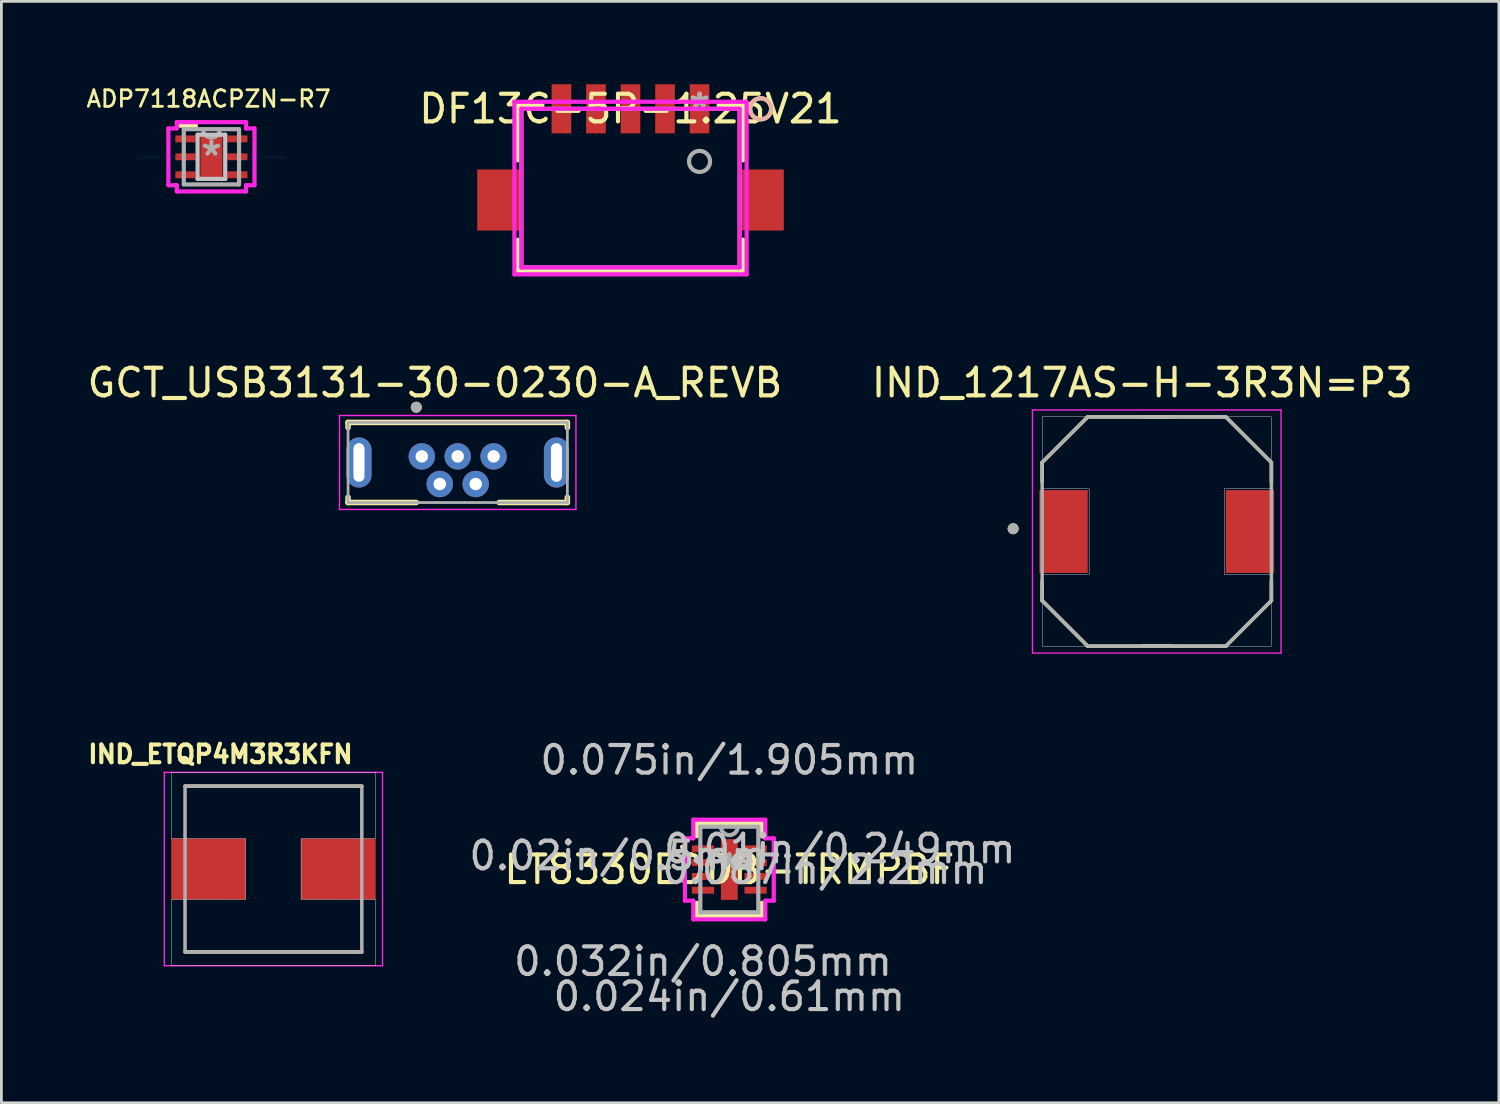
<source format=kicad_pcb>
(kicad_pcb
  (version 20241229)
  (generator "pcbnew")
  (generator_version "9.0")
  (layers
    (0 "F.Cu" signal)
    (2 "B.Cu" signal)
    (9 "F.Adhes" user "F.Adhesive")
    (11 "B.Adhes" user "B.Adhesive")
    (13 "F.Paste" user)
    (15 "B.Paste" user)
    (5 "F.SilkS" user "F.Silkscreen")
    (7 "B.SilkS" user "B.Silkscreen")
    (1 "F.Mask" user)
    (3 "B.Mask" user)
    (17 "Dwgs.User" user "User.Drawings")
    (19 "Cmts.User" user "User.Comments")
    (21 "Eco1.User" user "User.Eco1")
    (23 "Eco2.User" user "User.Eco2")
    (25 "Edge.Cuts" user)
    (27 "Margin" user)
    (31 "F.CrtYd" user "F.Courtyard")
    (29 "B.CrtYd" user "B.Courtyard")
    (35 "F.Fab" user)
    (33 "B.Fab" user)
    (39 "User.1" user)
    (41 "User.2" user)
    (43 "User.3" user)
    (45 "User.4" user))
  (footprint "ADP7118ACPZN-R7"
    (layer "F.Cu")
    (at 4.604 2.627)
    (property "Reference" "ADP7118ACPZN-R7" (at -0.1 -2.1 0) (layer "F.SilkS") (effects (font (size 0.6 0.6) (thickness 0.1))))
    (attr through_hole)
    (fp_line (start -0.562 -1.127) (end -1.127 -1.127) (stroke (width 0.152) (type solid)) (layer "F.SilkS"))
    (fp_line (start -0.5 -0.8) (end -0.5 0.8) (stroke (width 0.152) (type solid)) (layer "Dwgs.User"))
    (fp_line (start -0.5 0.8) (end 0.5 0.8) (stroke (width 0.152) (type solid)) (layer "Dwgs.User"))
    (fp_line (start 0.5 -0.8) (end -0.5 -0.8) (stroke (width 0.152) (type solid)) (layer "Dwgs.User"))
    (fp_line (start 0.5 0.8) (end 0.5 -0.8) (stroke (width 0.152) (type solid)) (layer "Dwgs.User"))
    (fp_line (start -1.559 -1.028) (end -1.254 -1.028) (stroke (width 0.152) (type solid)) (layer "F.CrtYd"))
    (fp_line (start -1.559 1.028) (end -1.559 -1.028) (stroke (width 0.152) (type solid)) (layer "F.CrtYd"))
    (fp_line (start -1.254 -1.254) (end 1.254 -1.254) (stroke (width 0.152) (type solid)) (layer "F.CrtYd"))
    (fp_line (start -1.254 -1.028) (end -1.254 -1.254) (stroke (width 0.152) (type solid)) (layer "F.CrtYd"))
    (fp_line (start -1.254 1.028) (end -1.559 1.028) (stroke (width 0.152) (type solid)) (layer "F.CrtYd"))
    (fp_line (start -1.254 1.254) (end -1.254 1.028) (stroke (width 0.152) (type solid)) (layer "F.CrtYd"))
    (fp_line (start 1.254 -1.254) (end 1.254 -1.028) (stroke (width 0.152) (type solid)) (layer "F.CrtYd"))
    (fp_line (start 1.254 -1.028) (end 1.559 -1.028) (stroke (width 0.152) (type solid)) (layer "F.CrtYd"))
    (fp_line (start 1.254 1.028) (end 1.254 1.254) (stroke (width 0.152) (type solid)) (layer "F.CrtYd"))
    (fp_line (start 1.254 1.254) (end -1.254 1.254) (stroke (width 0.152) (type solid)) (layer "F.CrtYd"))
    (fp_line (start 1.559 -1.028) (end 1.559 1.028) (stroke (width 0.152) (type solid)) (layer "F.CrtYd"))
    (fp_line (start 1.559 1.028) (end 1.254 1.028) (stroke (width 0.152) (type solid)) (layer "F.CrtYd"))
    (fp_line (start -1 -1) (end -1 1) (stroke (width 0.152) (type solid)) (layer "F.Fab"))
    (fp_line (start -1 1) (end 1 1) (stroke (width 0.152) (type solid)) (layer "F.Fab"))
    (fp_line (start 1 -1) (end -1 -1) (stroke (width 0.152) (type solid)) (layer "F.Fab"))
    (fp_line (start 1 1) (end 1 -1) (stroke (width 0.152) (type solid)) (layer "F.Fab"))
    (fp_arc (start 0.3048 -1) (mid 0 -0.6952) (end -0.3048 -1) (stroke (width 0.1524) (type solid)) (layer "F.Fab"))
    (fp_text user "Copyright 2016 Accelerated Designs. All rights reserved." (at 0 0 0) (layer "Cmts.User") (effects (font (size 0.127 0.127) (thickness 0.002))))
    (fp_text user "*" (at 0 0 0) (layer "F.Fab") (effects (font (size 1 1) (thickness 0.15))))
    (pad "1" smd rect (at -0.94 -0.65) (size 0.73 0.248) (layers "F.Cu" "F.Mask" "F.Paste"))
    (pad "2" smd rect (at -0.94 0) (size 0.73 0.248) (layers "F.Cu" "F.Mask" "F.Paste"))
    (pad "3" smd rect (at -0.94 0.65) (size 0.73 0.248) (layers "F.Cu" "F.Mask" "F.Paste"))
    (pad "4" smd rect (at 0.94 0.65) (size 0.73 0.248) (layers "F.Cu" "F.Mask" "F.Paste"))
    (pad "5" smd rect (at 0.94 0) (size 0.73 0.248) (layers "F.Cu" "F.Mask" "F.Paste"))
    (pad "6" smd rect (at 0.94 -0.65) (size 0.73 0.248) (layers "F.Cu" "F.Mask" "F.Paste"))
    (pad "7" smd rect (at 0 0) (size 0.8 1.6) (layers "F.Cu" "F.Mask" "F.Paste")))
  (footprint "IND_ETQP4M3R3KFN"
    (layer "F.Cu")
    (at 6.849 28.412)
    (property "Reference" "IND_ETQP4M3R3KFN" (at -1.918 -4.156 0) (layer "F.SilkS") (effects (font (size 0.64 0.64) (thickness 0.15))))
    (attr through_hole)
    (fp_line (start -3.2 -3) (end 3.2 -3) (stroke (width 0.127) (type solid)) (layer "F.SilkS"))
    (fp_line (start -3.2 3) (end 3.2 3) (stroke (width 0.127) (type solid)) (layer "F.SilkS"))
    (fp_poly (pts (xy -3.7 -3.5) (xy -3.7 -1.1) (xy -1 -1.1) (xy -1 1.1) (xy -3.7 1.1) (xy -3.7 3.5) (xy 3.7 3.5) (xy 3.7 1.1) (xy 1 1.1) (xy 1 -1.1) (xy 3.7 -1.1) (xy 3.7 -3.5)) (stroke (width 0.01) (type solid)) (fill no) (layer "Dwgs.User"))
    (fp_poly (pts (xy -3.7 -3.5) (xy -3.7 -1.1) (xy -1 -1.1) (xy -1 1.1) (xy -3.7 1.1) (xy -3.7 3.5) (xy 3.7 3.5) (xy 3.7 1.1) (xy 1 1.1) (xy 1 -1.1) (xy 3.7 -1.1) (xy 3.7 -3.5)) (stroke (width 0.01) (type solid)) (fill no) (layer "Dwgs.User"))
    (fp_line (start -3.95 -3.5) (end -3.95 3.5) (stroke (width 0.05) (type solid)) (layer "F.CrtYd"))
    (fp_line (start -3.95 3.5) (end 3.95 3.5) (stroke (width 0.05) (type solid)) (layer "F.CrtYd"))
    (fp_line (start 3.95 -3.5) (end -3.95 -3.5) (stroke (width 0.05) (type solid)) (layer "F.CrtYd"))
    (fp_line (start 3.95 3.5) (end 3.95 -3.5) (stroke (width 0.05) (type solid)) (layer "F.CrtYd"))
    (fp_line (start -3.2 -3) (end -3.2 3) (stroke (width 0.127) (type solid)) (layer "F.Fab"))
    (fp_line (start -3.2 -3) (end 3.2 -3) (stroke (width 0.127) (type solid)) (layer "F.Fab"))
    (fp_line (start -3.2 3) (end 3.2 3) (stroke (width 0.127) (type solid)) (layer "F.Fab"))
    (fp_line (start 3.2 -3) (end 3.2 3) (stroke (width 0.127) (type solid)) (layer "F.Fab"))
    (pad "1" smd rect (at -2.35 0) (size 2.7 2.2) (layers "F.Cu" "F.Mask" "F.Paste"))
    (pad "2" smd rect (at 2.35 0) (size 2.7 2.2) (layers "F.Cu" "F.Mask" "F.Paste")))
  (footprint "IND_1217AS-H-3R3N=P3"
    (layer "F.Cu")
    (at 38.829 16.193)
    (property "Reference" "IND_1217AS-H-3R3N=P3" (at -0.525 -5.385 0) (layer "F.SilkS") (effects (font (size 1 1) (thickness 0.15))))
    (attr through_hole)
    (fp_line (start -4.15 -2.5) (end -2.5 -4.15) (stroke (width 0.127) (type solid)) (layer "F.SilkS"))
    (fp_line (start -4.15 -1.8) (end -4.15 -2.5) (stroke (width 0.127) (type solid)) (layer "F.SilkS"))
    (fp_line (start -4.15 2.5) (end -4.15 1.8) (stroke (width 0.127) (type solid)) (layer "F.SilkS"))
    (fp_line (start -2.5 -4.15) (end 2.5 -4.15) (stroke (width 0.127) (type solid)) (layer "F.SilkS"))
    (fp_line (start -2.5 4.15) (end -4.15 2.5) (stroke (width 0.127) (type solid)) (layer "F.SilkS"))
    (fp_line (start -0.5 -4.15) (end 0.5 -4.15) (stroke (width 0.127) (type solid)) (layer "F.SilkS"))
    (fp_line (start 0.5 4.15) (end -0.5 4.15) (stroke (width 0.127) (type solid)) (layer "F.SilkS"))
    (fp_line (start 0.5 4.15) (end -0.5 4.15) (stroke (width 0.127) (type solid)) (layer "F.SilkS"))
    (fp_line (start 2.5 -4.15) (end 4.15 -2.5) (stroke (width 0.127) (type solid)) (layer "F.SilkS"))
    (fp_line (start 2.5 4.15) (end -2.5 4.15) (stroke (width 0.127) (type solid)) (layer "F.SilkS"))
    (fp_line (start 4.15 -2.5) (end 4.15 -1.8) (stroke (width 0.127) (type solid)) (layer "F.SilkS"))
    (fp_line (start 4.15 1.8) (end 4.15 2.5) (stroke (width 0.127) (type solid)) (layer "F.SilkS"))
    (fp_line (start 4.15 2.5) (end 2.5 4.15) (stroke (width 0.127) (type solid)) (layer "F.SilkS"))
    (fp_circle (center -5.2 -0.1) (end -5.1 -0.1) (stroke (width 0.2) (type solid)) (fill no) (layer "F.SilkS"))
    (fp_poly (pts (xy -4.15 -1.55) (xy -4.15 -4.15) (xy 4.15 -4.15) (xy 4.15 -1.55) (xy 2.45 -1.55) (xy 2.45 1.55) (xy 4.15 1.55) (xy 4.15 4.15) (xy -4.15 4.15) (xy -4.15 1.55) (xy -2.45 1.55) (xy -2.45 -1.55)) (stroke (width 0.01) (type solid)) (fill no) (layer "Dwgs.User"))
    (fp_poly (pts (xy -4.15 -1.55) (xy -4.15 -4.15) (xy 4.15 -4.15) (xy 4.15 -1.55) (xy 2.45 -1.55) (xy 2.45 1.55) (xy 4.15 1.55) (xy 4.15 4.15) (xy -4.15 4.15) (xy -4.15 1.55) (xy -2.45 1.55) (xy -2.45 -1.55)) (stroke (width 0.01) (type solid)) (fill no) (layer "Dwgs.User"))
    (fp_line (start -4.5 -4.4) (end 4.5 -4.4) (stroke (width 0.05) (type solid)) (layer "F.CrtYd"))
    (fp_line (start -4.5 4.4) (end -4.5 -4.4) (stroke (width 0.05) (type solid)) (layer "F.CrtYd"))
    (fp_line (start 4.5 -4.4) (end 4.5 4.4) (stroke (width 0.05) (type solid)) (layer "F.CrtYd"))
    (fp_line (start 4.5 4.4) (end -4.5 4.4) (stroke (width 0.05) (type solid)) (layer "F.CrtYd"))
    (fp_line (start -4.15 -2.5) (end -2.5 -4.15) (stroke (width 0.127) (type solid)) (layer "F.Fab"))
    (fp_line (start -4.15 2.5) (end -4.15 -2.5) (stroke (width 0.127) (type solid)) (layer "F.Fab"))
    (fp_line (start -2.5 -4.15) (end 2.5 -4.15) (stroke (width 0.127) (type solid)) (layer "F.Fab"))
    (fp_line (start -2.5 4.15) (end -4.15 2.5) (stroke (width 0.127) (type solid)) (layer "F.Fab"))
    (fp_line (start 2.5 -4.15) (end 4.15 -2.5) (stroke (width 0.127) (type solid)) (layer "F.Fab"))
    (fp_line (start 2.5 4.15) (end -2.5 4.15) (stroke (width 0.127) (type solid)) (layer "F.Fab"))
    (fp_line (start 4.15 -2.5) (end 4.15 2.5) (stroke (width 0.127) (type solid)) (layer "F.Fab"))
    (fp_line (start 4.15 2.5) (end 2.5 4.15) (stroke (width 0.127) (type solid)) (layer "F.Fab"))
    (fp_circle (center -5.2 -0.1) (end -5.1 -0.1) (stroke (width 0.2) (type solid)) (fill no) (layer "F.Fab"))
    (pad "1" smd rect (at -3.375 0) (size 1.75 3) (layers "F.Cu" "F.Mask" "F.Paste"))
    (pad "2" smd rect (at 3.375 0) (size 1.75 3) (layers "F.Cu" "F.Mask" "F.Paste")))
  (footprint "GCT_USB3131-30-0230-A_REVB"
    (layer "F.Cu")
    (at 13.521 13.693)
    (property "Reference" "GCT_USB3131-30-0230-A_REVB" (at -0.825 -2.885 0) (layer "F.SilkS") (effects (font (size 1 1) (thickness 0.15))))
    (attr through_hole)
    (fp_line (start -3.97 -1.45) (end 3.97 -1.45) (stroke (width 0.2) (type solid)) (layer "F.SilkS"))
    (fp_line (start -3.97 -1.26) (end -3.97 -1.45) (stroke (width 0.2) (type solid)) (layer "F.SilkS"))
    (fp_line (start -3.97 1.45) (end -3.97 1.26) (stroke (width 0.2) (type solid)) (layer "F.SilkS"))
    (fp_line (start -3.97 1.45) (end -1.5 1.45) (stroke (width 0.2) (type solid)) (layer "F.SilkS"))
    (fp_line (start 1.5 1.45) (end 3.97 1.45) (stroke (width 0.2) (type solid)) (layer "F.SilkS"))
    (fp_line (start 3.97 -1.26) (end 3.97 -1.45) (stroke (width 0.2) (type solid)) (layer "F.SilkS"))
    (fp_line (start 3.97 1.45) (end 3.97 1.26) (stroke (width 0.2) (type solid)) (layer "F.SilkS"))
    (fp_circle (center -1.5 -2) (end -1.4 -2) (stroke (width 0.2) (type solid)) (fill no) (layer "F.SilkS"))
    (fp_line (start -4.28 -1.7) (end 4.28 -1.7) (stroke (width 0.05) (type solid)) (layer "F.CrtYd"))
    (fp_line (start -4.28 1.7) (end -4.28 -1.7) (stroke (width 0.05) (type solid)) (layer "F.CrtYd"))
    (fp_line (start -4.28 1.7) (end 4.28 1.7) (stroke (width 0.05) (type solid)) (layer "F.CrtYd"))
    (fp_line (start 4.28 1.7) (end 4.28 -1.7) (stroke (width 0.05) (type solid)) (layer "F.CrtYd"))
    (fp_line (start -3.97 -1.45) (end 3.97 -1.45) (stroke (width 0.1) (type solid)) (layer "F.Fab"))
    (fp_line (start -3.97 1.45) (end -3.97 -1.45) (stroke (width 0.1) (type solid)) (layer "F.Fab"))
    (fp_line (start -3.97 1.45) (end 3.97 1.45) (stroke (width 0.1) (type solid)) (layer "F.Fab"))
    (fp_line (start 3.97 1.45) (end 3.97 -1.45) (stroke (width 0.1) (type solid)) (layer "F.Fab"))
    (fp_circle (center -1.5 -2) (end -1.4 -2) (stroke (width 0.2) (type solid)) (fill no) (layer "F.Fab"))
    (pad "1" thru_hole circle (at -1.3 -0.22) (size 0.958 0.958) (drill 0.45) (layers "*.Cu" "*.Mask"))
    (pad "2" thru_hole circle (at -0.65 0.78) (size 0.958 0.958) (drill 0.45) (layers "*.Cu" "*.Mask"))
    (pad "3" thru_hole circle (at 0 -0.22) (size 0.958 0.958) (drill 0.45) (layers "*.Cu" "*.Mask"))
    (pad "4" thru_hole circle (at 0.65 0.78) (size 0.958 0.958) (drill 0.45) (layers "*.Cu" "*.Mask"))
    (pad "5" thru_hole circle (at 1.3 -0.22) (size 0.958 0.958) (drill 0.45) (layers "*.Cu" "*.Mask"))
    (pad "SH" thru_hole oval (at -3.575 0) (size 0.908 1.816) (drill oval 0.4 1.4) (layers "*.Cu" "*.Mask"))
    (pad "SH" thru_hole oval (at 3.575 0) (size 0.908 1.816) (drill oval 0.4 1.4) (layers "*.Cu" "*.Mask")))
  (footprint "DF13C-5P-1.25V21"
    (layer "F.Cu")
    (at 22.276 0.889)
    (property "Reference" "DF13C-5P-1.25V21" (at -2.5 0 0) (layer "F.SilkS") (effects (font (size 1 1) (thickness 0.15))))
    (attr through_hole)
    (fp_line (start -6.577 -0.127) (end -6.577 1.864) (stroke (width 0.152) (type solid)) (layer "F.SilkS"))
    (fp_line (start -6.577 4.74) (end -6.577 5.867) (stroke (width 0.152) (type solid)) (layer "F.SilkS"))
    (fp_line (start -6.577 5.867) (end 1.577 5.867) (stroke (width 0.152) (type solid)) (layer "F.SilkS"))
    (fp_line (start -5.688 -0.127) (end -6.577 -0.127) (stroke (width 0.152) (type solid)) (layer "F.SilkS"))
    (fp_line (start 1.577 -0.127) (end 0.688 -0.127) (stroke (width 0.152) (type solid)) (layer "F.SilkS"))
    (fp_line (start 1.577 1.864) (end 1.577 -0.127) (stroke (width 0.152) (type solid)) (layer "F.SilkS"))
    (fp_line (start 1.577 5.867) (end 1.577 4.74) (stroke (width 0.152) (type solid)) (layer "F.SilkS"))
    (fp_circle (center 2.212 0) (end 2.593 0) (stroke (width 0.152) (type solid)) (fill no) (layer "F.SilkS"))
    (fp_circle (center 2.212 0) (end 2.593 0) (stroke (width 0.152) (type solid)) (fill no) (layer "B.SilkS"))
    (fp_line (start -6.704 -0.254) (end -6.704 5.994) (stroke (width 0.152) (type solid)) (layer "F.CrtYd"))
    (fp_line (start -6.704 5.994) (end 1.704 5.994) (stroke (width 0.152) (type solid)) (layer "F.CrtYd"))
    (fp_line (start -6.45 0) (end -6.45 5.74) (stroke (width 0.152) (type solid)) (layer "F.CrtYd"))
    (fp_line (start -6.45 5.74) (end 1.45 5.74) (stroke (width 0.152) (type solid)) (layer "F.CrtYd"))
    (fp_line (start 1.45 0) (end -6.45 0) (stroke (width 0.152) (type solid)) (layer "F.CrtYd"))
    (fp_line (start 1.45 5.74) (end 1.45 0) (stroke (width 0.152) (type solid)) (layer "F.CrtYd"))
    (fp_line (start 1.704 -0.254) (end -6.704 -0.254) (stroke (width 0.152) (type solid)) (layer "F.CrtYd"))
    (fp_line (start 1.704 5.994) (end 1.704 -0.254) (stroke (width 0.152) (type solid)) (layer "F.CrtYd"))
    (fp_line (start -6.45 0) (end -6.45 5.74) (stroke (width 0.152) (type solid)) (layer "F.Fab"))
    (fp_line (start -6.45 5.74) (end 1.45 5.74) (stroke (width 0.152) (type solid)) (layer "F.Fab"))
    (fp_line (start 1.45 0) (end -6.45 0) (stroke (width 0.152) (type solid)) (layer "F.Fab"))
    (fp_line (start 1.45 5.74) (end 1.45 0) (stroke (width 0.152) (type solid)) (layer "F.Fab"))
    (fp_circle (center 0 1.905) (end 0.381 1.905) (stroke (width 0.152) (type solid)) (fill no) (layer "F.Fab"))
    (fp_text user "*" (at 0 0 0) (layer "F.SilkS") (effects (font (size 1 1) (thickness 0.15))))
    (fp_text user "Copyright 2016 Accelerated Designs. All rights reserved." (at 0 0 0) (layer "Cmts.User") (effects (font (size 0.127 0.127) (thickness 0.002))))
    (fp_text user "*" (at 0 0 0) (layer "F.Fab") (effects (font (size 1 1) (thickness 0.15))))
    (pad "1" smd rect (at 0 0) (size 0.711 1.778) (layers "F.Cu" "F.Mask" "F.Paste"))
    (pad "2" smd rect (at -1.25 0) (size 0.711 1.778) (layers "F.Cu" "F.Mask" "F.Paste"))
    (pad "3" smd rect (at -2.5 0) (size 0.711 1.778) (layers "F.Cu" "F.Mask" "F.Paste"))
    (pad "4" smd rect (at -3.75 0) (size 0.711 1.778) (layers "F.Cu" "F.Mask" "F.Paste"))
    (pad "5" smd rect (at -5 0) (size 0.711 1.778) (layers "F.Cu" "F.Mask" "F.Paste"))
    (pad "6" smd rect (at -7.25 3.302) (size 1.6 2.21) (layers "F.Cu" "F.Mask" "F.Paste"))
    (pad "7" smd rect (at 2.25 3.302) (size 1.6 2.21) (layers "F.Cu" "F.Mask" "F.Paste")))
  (footprint "LT8330EDDB-TRMPBF"
    (layer "F.Cu")
    (at 23.354 28.429)
    (property "Reference" "LT8330EDDB-TRMPBF" (at 0 0 0) (layer "F.SilkS") (effects (font (size 1 1) (thickness 0.15))))
    (attr through_hole)
    (fp_line (start -1.177 -1.677) (end -1.177 -1.207) (stroke (width 0.152) (type solid)) (layer "F.SilkS"))
    (fp_line (start -1.177 1.207) (end -1.177 1.677) (stroke (width 0.152) (type solid)) (layer "F.SilkS"))
    (fp_line (start -1.177 1.677) (end 1.177 1.677) (stroke (width 0.152) (type solid)) (layer "F.SilkS"))
    (fp_line (start 1.177 -1.677) (end -1.177 -1.677) (stroke (width 0.152) (type solid)) (layer "F.SilkS"))
    (fp_line (start 1.177 -1.207) (end 1.177 -1.677) (stroke (width 0.152) (type solid)) (layer "F.SilkS"))
    (fp_line (start 1.177 1.677) (end 1.177 1.207) (stroke (width 0.152) (type solid)) (layer "F.SilkS"))
    (fp_arc (start -1.7064 -0.8262) (mid -1.632571 -0.731141) (end -1.742945 -0.683135) (stroke (width 0.1524) (type solid)) (layer "F.SilkS"))
    (fp_line (start -1.609 -1.129) (end -1.304 -1.129) (stroke (width 0.152) (type solid)) (layer "F.CrtYd"))
    (fp_line (start -1.609 1.129) (end -1.609 -1.129) (stroke (width 0.152) (type solid)) (layer "F.CrtYd"))
    (fp_line (start -1.304 -1.804) (end 1.304 -1.804) (stroke (width 0.152) (type solid)) (layer "F.CrtYd"))
    (fp_line (start -1.304 -1.129) (end -1.304 -1.804) (stroke (width 0.152) (type solid)) (layer "F.CrtYd"))
    (fp_line (start -1.304 1.129) (end -1.609 1.129) (stroke (width 0.152) (type solid)) (layer "F.CrtYd"))
    (fp_line (start -1.304 1.804) (end -1.304 1.129) (stroke (width 0.152) (type solid)) (layer "F.CrtYd"))
    (fp_line (start 1.304 -1.804) (end 1.304 -1.129) (stroke (width 0.152) (type solid)) (layer "F.CrtYd"))
    (fp_line (start 1.304 -1.129) (end 1.609 -1.129) (stroke (width 0.152) (type solid)) (layer "F.CrtYd"))
    (fp_line (start 1.304 1.129) (end 1.304 1.804) (stroke (width 0.152) (type solid)) (layer "F.CrtYd"))
    (fp_line (start 1.304 1.804) (end -1.304 1.804) (stroke (width 0.152) (type solid)) (layer "F.CrtYd"))
    (fp_line (start 1.609 -1.129) (end 1.609 1.129) (stroke (width 0.152) (type solid)) (layer "F.CrtYd"))
    (fp_line (start 1.609 1.129) (end 1.304 1.129) (stroke (width 0.152) (type solid)) (layer "F.CrtYd"))
    (fp_line (start -1.05 -1.55) (end -1.05 1.55) (stroke (width 0.152) (type solid)) (layer "F.Fab"))
    (fp_line (start -1.05 1.55) (end 1.05 1.55) (stroke (width 0.152) (type solid)) (layer "F.Fab"))
    (fp_line (start 1.05 -1.55) (end -1.05 -1.55) (stroke (width 0.152) (type solid)) (layer "F.Fab"))
    (fp_line (start 1.05 1.55) (end 1.05 -1.55) (stroke (width 0.152) (type solid)) (layer "F.Fab"))
    (fp_arc (start 0.3048 -1.549999) (mid 0 -1.245199) (end -0.3048 -1.549999) (stroke (width 0.1524) (type solid)) (layer "F.Fab"))
    (fp_text user "*" (at 0 0 0) (layer "F.SilkS") (effects (font (size 1 1) (thickness 0.15))))
    (fp_text user "0.02in/0.5mm" (at -4 -0.5 0) (layer "Dwgs.User") (effects (font (size 1 1) (thickness 0.15))))
    (fp_text user "0.032in/0.805mm" (at -0.952 3.328 0) (layer "Dwgs.User") (effects (font (size 1 1) (thickness 0.15))))
    (fp_text user "0.01in/0.249mm" (at 4 -0.75 0) (layer "Dwgs.User") (effects (font (size 1 1) (thickness 0.15))))
    (fp_text user "0.075in/1.905mm" (at 0 -3.963 0) (layer "Dwgs.User") (effects (font (size 1 1) (thickness 0.15))))
    (fp_text user "0.024in/0.61mm" (at 0 4.598 0) (layer "Dwgs.User") (effects (font (size 1 1) (thickness 0.15))))
    (fp_text user "0.087in/2.2mm" (at 3.463 0 0) (layer "Dwgs.User") (effects (font (size 1 1) (thickness 0.15))))
    (fp_text user "Copyright 2016 Accelerated Designs. All rights reserved." (at 0 0 0) (layer "Cmts.User") (effects (font (size 0.127 0.127) (thickness 0.002))))
    (fp_text user "*" (at 0 0 0) (layer "F.Fab") (effects (font (size 1 1) (thickness 0.15))))
    (pad "1" smd rect (at -0.952 -0.75) (size 0.805 0.249) (layers "F.Cu" "F.Mask" "F.Paste"))
    (pad "2" smd rect (at -0.952 -0.25) (size 0.805 0.249) (layers "F.Cu" "F.Mask" "F.Paste"))
    (pad "3" smd rect (at -0.952 0.25) (size 0.805 0.249) (layers "F.Cu" "F.Mask" "F.Paste"))
    (pad "4" smd rect (at -0.952 0.75) (size 0.805 0.249) (layers "F.Cu" "F.Mask" "F.Paste"))
    (pad "5" smd rect (at 0.952 0.75) (size 0.805 0.249) (layers "F.Cu" "F.Mask" "F.Paste"))
    (pad "6" smd rect (at 0.952 0.25) (size 0.805 0.249) (layers "F.Cu" "F.Mask" "F.Paste"))
    (pad "7" smd rect (at 0.952 -0.25) (size 0.805 0.249) (layers "F.Cu" "F.Mask" "F.Paste"))
    (pad "8" smd rect (at 0.952 -0.75) (size 0.805 0.249) (layers "F.Cu" "F.Mask" "F.Paste"))
    (pad "9" smd rect (at 0 0) (size 0.61 2.2) (layers "F.Cu" "F.Mask" "F.Paste")))
  (gr_rect
    (start -3 -3)
    (end 51.214 36.875)
    (stroke (width 0.1) (type default))
    (fill no)
    (layer "Edge.Cuts")))
</source>
